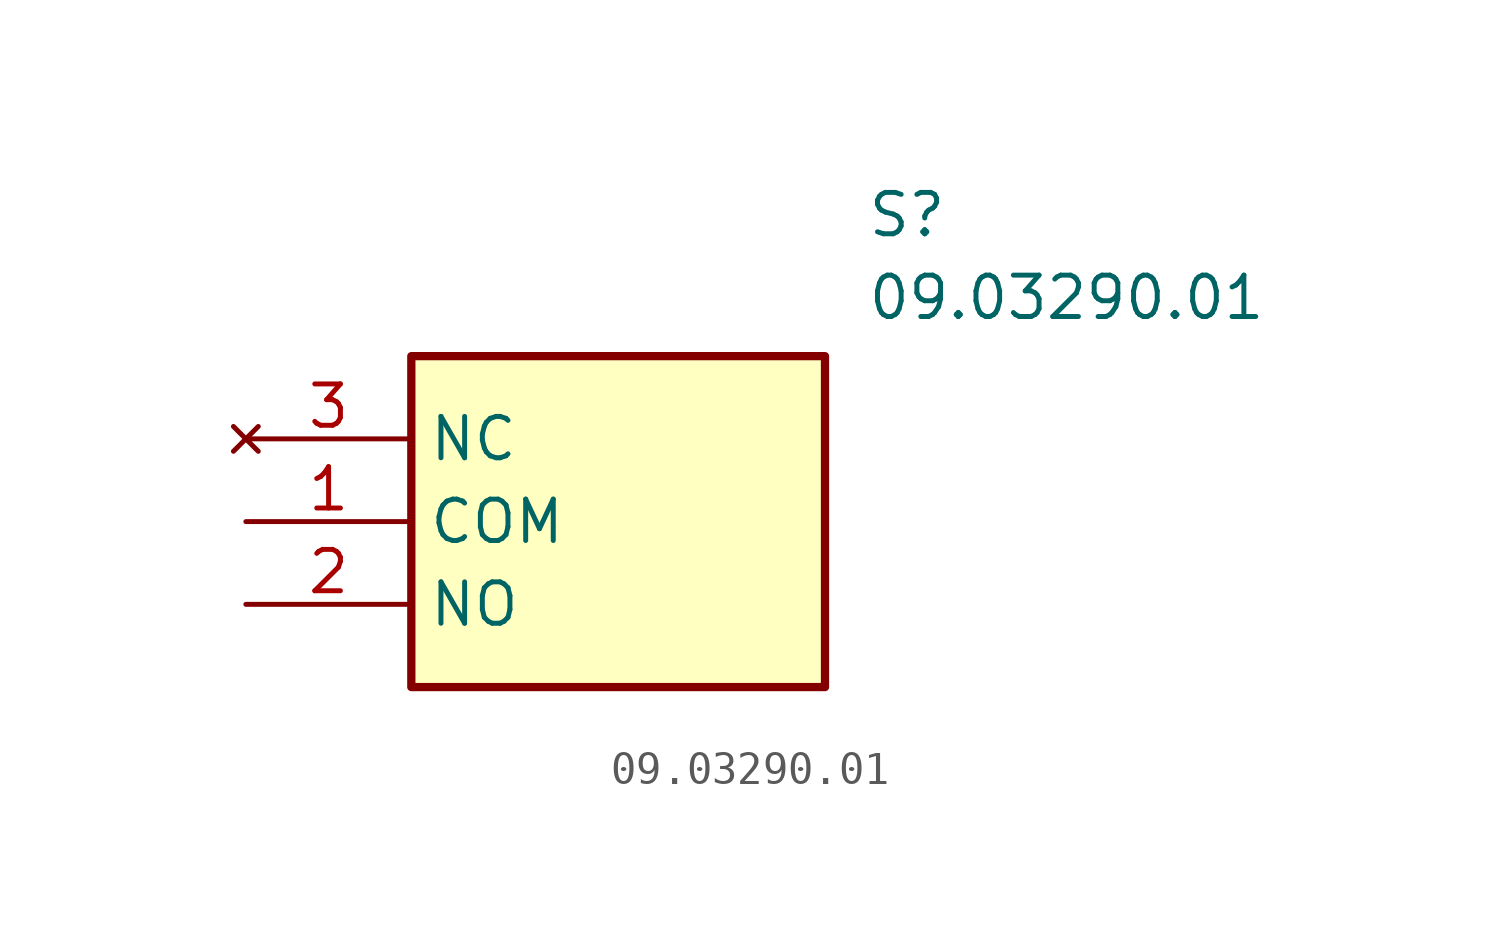
<source format=kicad_sym>
(kicad_symbol_lib
  (version 20211014)
  (generator SamacSys_ECAD_Model)
  (symbol "09.03290.01"
    (property "Reference" "S"
      (at 19.05 7.62 0)
      (effects (font (size 1.27 1.27)) (justify left top)))
    (property "Value" "09.03290.01"
      (at 19.05 5.08 0)
      (effects (font (size 1.27 1.27)) (justify left top)))
    (rectangle
      (start 5.08 2.54)
      (end 17.78 -7.62)
      (stroke (width 0.254) (type default))
      (fill (type background)))
    (pin passive line
      (at 0 -2.54 0)
      (length 5.08)
      (name "COM" (effects (font (size 1.27 1.27))))
      (number "1" (effects (font (size 1.27 1.27)))))
    (pin passive line
      (at 0 -5.08 0)
      (length 5.08)
      (name "NO" (effects (font (size 1.27 1.27))))
      (number "2" (effects (font (size 1.27 1.27)))))
    (pin no_connect line
      (at 0 0 0)
      (length 5.08)
      (name "NC" (effects (font (size 1.27 1.27))))
      (number "3" (effects (font (size 1.27 1.27)))))))
</source>
